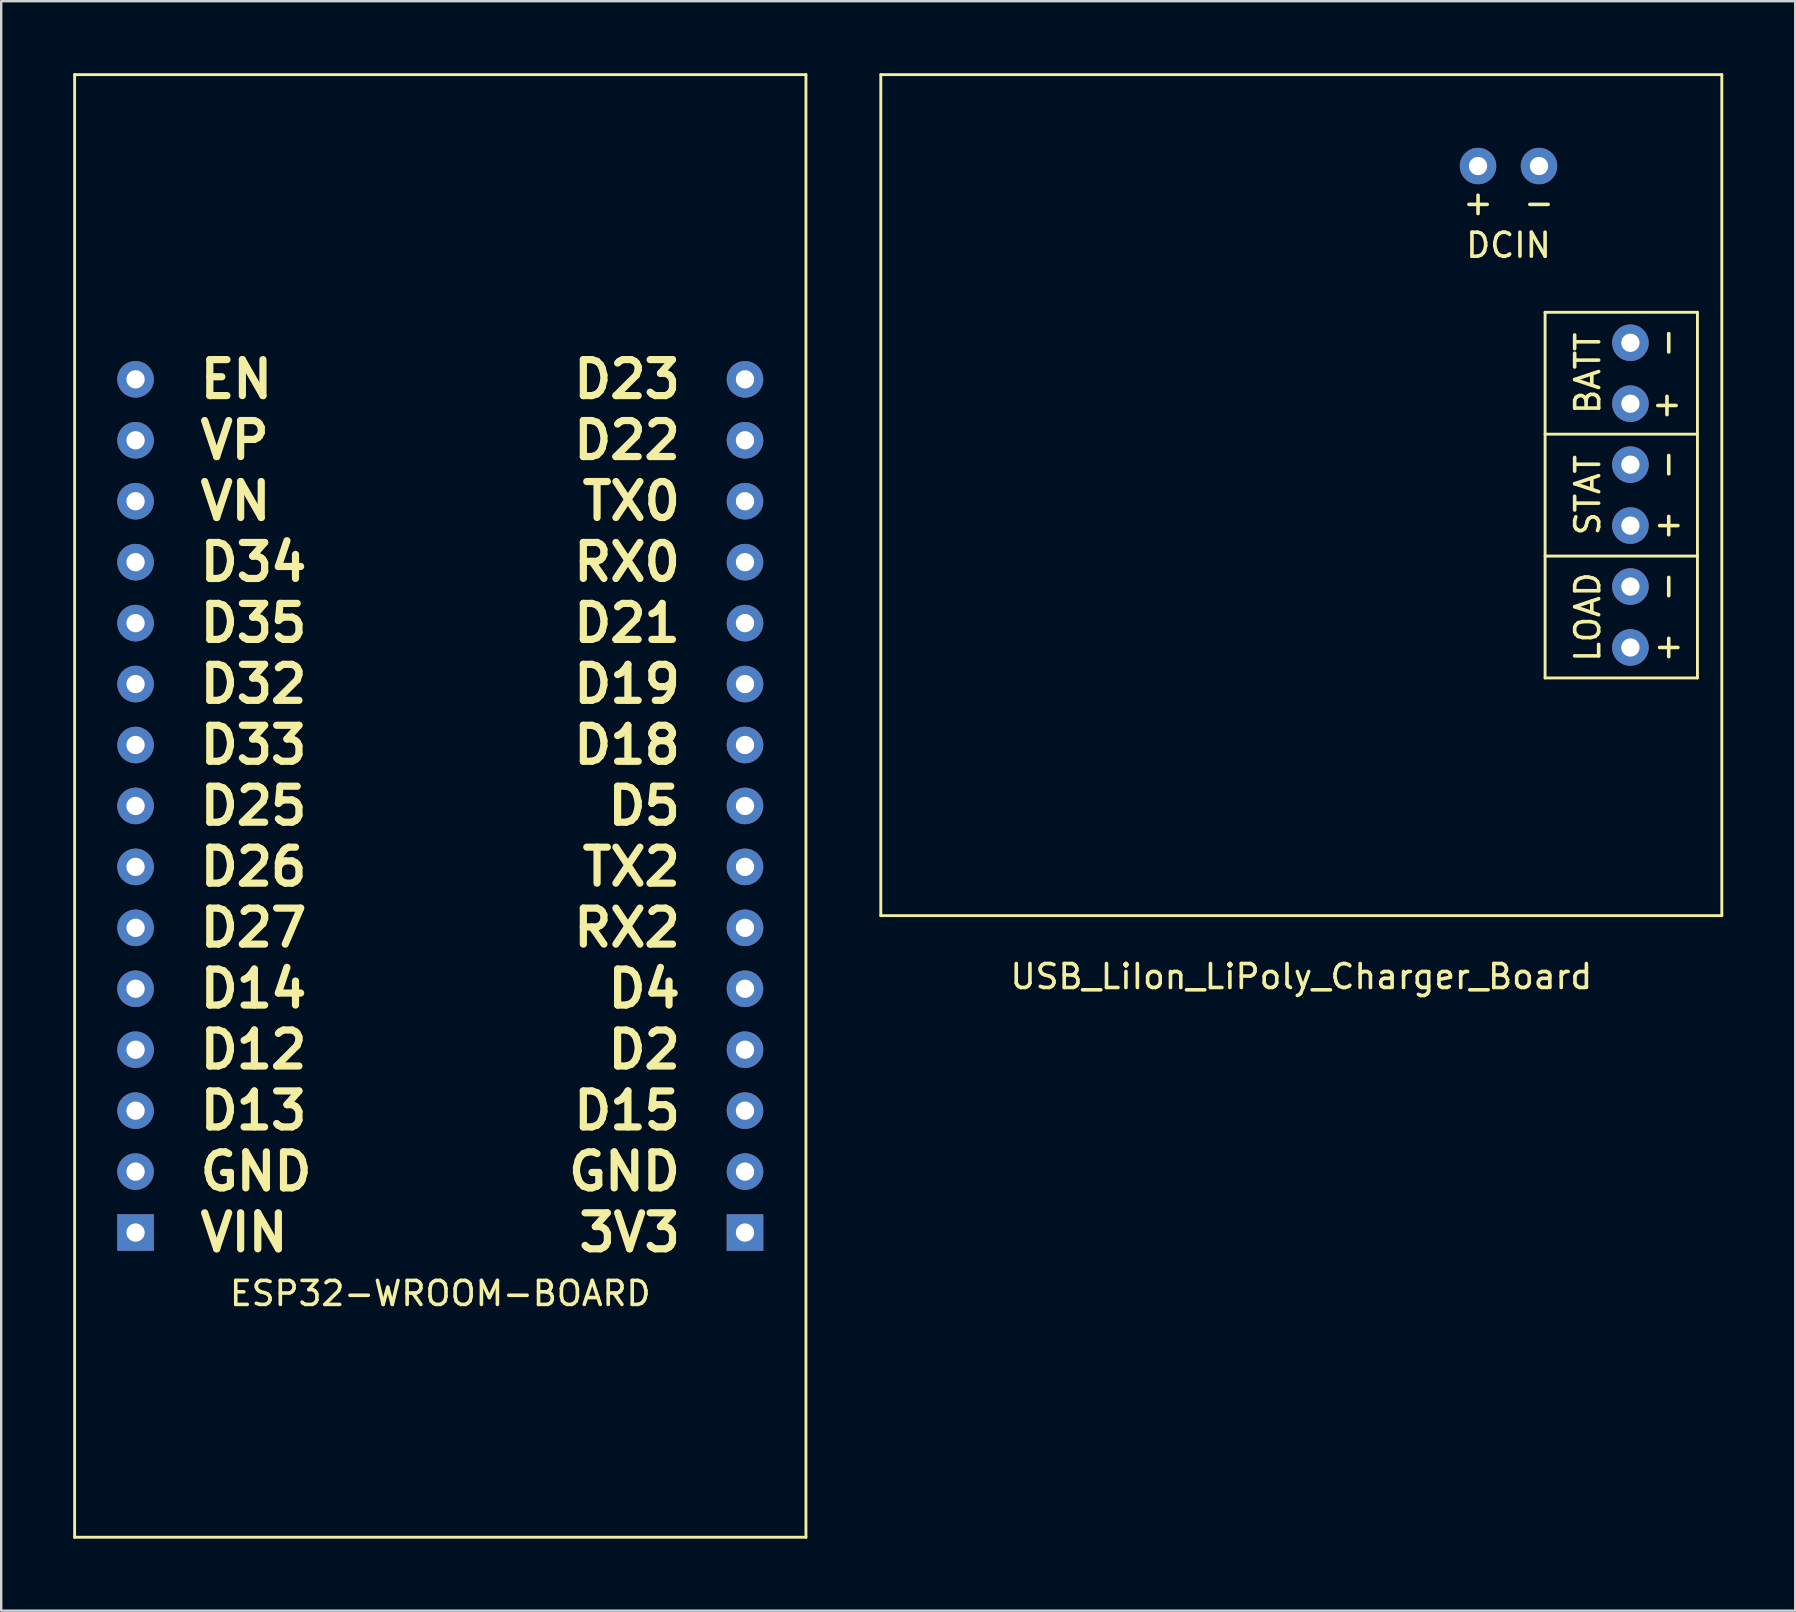
<source format=kicad_pcb>
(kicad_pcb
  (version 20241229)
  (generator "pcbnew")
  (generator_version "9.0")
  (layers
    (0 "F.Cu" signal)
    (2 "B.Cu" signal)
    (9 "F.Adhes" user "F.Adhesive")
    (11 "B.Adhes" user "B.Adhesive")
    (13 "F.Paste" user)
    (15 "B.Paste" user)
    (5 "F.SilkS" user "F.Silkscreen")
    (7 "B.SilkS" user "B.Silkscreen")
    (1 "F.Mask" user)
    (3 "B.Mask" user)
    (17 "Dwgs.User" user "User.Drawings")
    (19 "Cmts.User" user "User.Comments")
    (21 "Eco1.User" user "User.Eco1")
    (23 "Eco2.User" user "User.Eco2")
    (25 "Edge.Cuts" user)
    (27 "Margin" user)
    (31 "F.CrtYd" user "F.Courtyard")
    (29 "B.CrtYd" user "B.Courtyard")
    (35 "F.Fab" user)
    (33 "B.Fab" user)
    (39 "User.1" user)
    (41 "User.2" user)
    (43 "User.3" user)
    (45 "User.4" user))
  (footprint "ESP32-WROOM-BOARD"
    (layer "F.Cu")
    (at 15.3 30.54)
    (property "Reference" "ESP32-WROOM-BOARD" (at 0 20.32 0) (layer "F.SilkS") (effects (font (size 1 1) (thickness 0.15))))
    (attr through_hole)
    (fp_line (start -15.24 -30.48) (end -15.24 30.48) (stroke (width 0.12) (type solid)) (layer "F.SilkS"))
    (fp_line (start -15.24 30.48) (end 15.24 30.48) (stroke (width 0.12) (type solid)) (layer "F.SilkS"))
    (fp_line (start 15.24 -30.48) (end -15.24 -30.48) (stroke (width 0.12) (type solid)) (layer "F.SilkS"))
    (fp_line (start 15.24 30.48) (end 15.24 -30.48) (stroke (width 0.12) (type solid)) (layer "F.SilkS"))
    (fp_text user "D21" (at 10.16 -7.62 0) (layer "F.SilkS") (effects (font (size 1.5 1.5) (thickness 0.3)) (justify right)))
    (fp_text user "VIN" (at -10.16 17.78 0) (layer "F.SilkS") (effects (font (size 1.5 1.5) (thickness 0.3)) (justify left)))
    (fp_text user "D26" (at -10.16 2.54 0) (layer "F.SilkS") (effects (font (size 1.5 1.5) (thickness 0.3)) (justify left)))
    (fp_text user "D34" (at -10.16 -10.16 0) (layer "F.SilkS") (effects (font (size 1.5 1.5) (thickness 0.3)) (justify left)))
    (fp_text user "D35" (at -10.16 -7.62 0) (layer "F.SilkS") (effects (font (size 1.5 1.5) (thickness 0.3)) (justify left)))
    (fp_text user "D33" (at -10.16 -2.54 0) (layer "F.SilkS") (effects (font (size 1.5 1.5) (thickness 0.3)) (justify left)))
    (fp_text user "RX2" (at 10.16 5.08 0) (layer "F.SilkS") (effects (font (size 1.5 1.5) (thickness 0.3)) (justify right)))
    (fp_text user "D19" (at 10.16 -5.08 0) (layer "F.SilkS") (effects (font (size 1.5 1.5) (thickness 0.3)) (justify right)))
    (fp_text user "TX2" (at 10.16 2.54 0) (layer "F.SilkS") (effects (font (size 1.5 1.5) (thickness 0.3)) (justify right)))
    (fp_text user "EN" (at -10.16 -17.78 0) (layer "F.SilkS") (effects (font (size 1.5 1.5) (thickness 0.3)) (justify left)))
    (fp_text user "3V3" (at 10.16 17.78 0) (layer "F.SilkS") (effects (font (size 1.5 1.5) (thickness 0.3)) (justify right)))
    (fp_text user "D12" (at -10.16 10.16 0) (layer "F.SilkS") (effects (font (size 1.5 1.5) (thickness 0.3)) (justify left)))
    (fp_text user "D2" (at 10.16 10.16 0) (layer "F.SilkS") (effects (font (size 1.5 1.5) (thickness 0.3)) (justify right)))
    (fp_text user "D14" (at -10.16 7.62 0) (layer "F.SilkS") (effects (font (size 1.5 1.5) (thickness 0.3)) (justify left)))
    (fp_text user "D13" (at -10.16 12.7 0) (layer "F.SilkS") (effects (font (size 1.5 1.5) (thickness 0.3)) (justify left)))
    (fp_text user "D27" (at -10.16 5.08 0) (layer "F.SilkS") (effects (font (size 1.5 1.5) (thickness 0.3)) (justify left)))
    (fp_text user "GND" (at 10.16 15.24 0) (layer "F.SilkS") (effects (font (size 1.5 1.5) (thickness 0.3)) (justify right)))
    (fp_text user "D23" (at 10.16 -17.78 0) (layer "F.SilkS") (effects (font (size 1.5 1.5) (thickness 0.3)) (justify right)))
    (fp_text user "D18" (at 10.16 -2.54 0) (layer "F.SilkS") (effects (font (size 1.5 1.5) (thickness 0.3)) (justify right)))
    (fp_text user "D4" (at 10.16 7.62 0) (layer "F.SilkS") (effects (font (size 1.5 1.5) (thickness 0.3)) (justify right)))
    (fp_text user "D15" (at 10.16 12.7 0) (layer "F.SilkS") (effects (font (size 1.5 1.5) (thickness 0.3)) (justify right)))
    (fp_text user "VP" (at -10.16 -15.24 0) (layer "F.SilkS") (effects (font (size 1.5 1.5) (thickness 0.3)) (justify left)))
    (fp_text user "VN" (at -10.16 -12.7 0) (layer "F.SilkS") (effects (font (size 1.5 1.5) (thickness 0.3)) (justify left)))
    (fp_text user "TX0" (at 10.16 -12.7 0) (layer "F.SilkS") (effects (font (size 1.5 1.5) (thickness 0.3)) (justify right)))
    (fp_text user "D25" (at -10.16 0 0) (layer "F.SilkS") (effects (font (size 1.5 1.5) (thickness 0.3)) (justify left)))
    (fp_text user "D5" (at 10.16 0 0) (layer "F.SilkS") (effects (font (size 1.5 1.5) (thickness 0.3)) (justify right)))
    (fp_text user "D22" (at 10.16 -15.24 0) (layer "F.SilkS") (effects (font (size 1.5 1.5) (thickness 0.3)) (justify right)))
    (fp_text user "RX0" (at 10.16 -10.16 0) (layer "F.SilkS") (effects (font (size 1.5 1.5) (thickness 0.3)) (justify right)))
    (fp_text user "GND" (at -10.16 15.24 0) (layer "F.SilkS") (effects (font (size 1.5 1.5) (thickness 0.3)) (justify left)))
    (fp_text user "D32" (at -10.16 -5.08 0) (layer "F.SilkS") (effects (font (size 1.5 1.5) (thickness 0.3)) (justify left)))
    (pad "1" thru_hole circle (at -12.7 -17.78) (size 1.524 1.524) (drill 0.762) (layers "*.Cu" "*.Mask"))
    (pad "2" thru_hole circle (at -12.7 -15.24) (size 1.524 1.524) (drill 0.762) (layers "*.Cu" "*.Mask"))
    (pad "3" thru_hole circle (at -12.7 -12.7) (size 1.524 1.524) (drill 0.762) (layers "*.Cu" "*.Mask"))
    (pad "4" thru_hole circle (at -12.7 -10.16) (size 1.524 1.524) (drill 0.762) (layers "*.Cu" "*.Mask"))
    (pad "5" thru_hole circle (at -12.7 -7.62) (size 1.524 1.524) (drill 0.762) (layers "*.Cu" "*.Mask"))
    (pad "6" thru_hole circle (at -12.7 -5.08) (size 1.524 1.524) (drill 0.762) (layers "*.Cu" "*.Mask"))
    (pad "7" thru_hole circle (at -12.7 -2.54) (size 1.524 1.524) (drill 0.762) (layers "*.Cu" "*.Mask"))
    (pad "8" thru_hole circle (at -12.7 0) (size 1.524 1.524) (drill 0.762) (layers "*.Cu" "*.Mask"))
    (pad "9" thru_hole circle (at -12.7 2.54) (size 1.524 1.524) (drill 0.762) (layers "*.Cu" "*.Mask"))
    (pad "10" thru_hole circle (at -12.7 5.08) (size 1.524 1.524) (drill 0.762) (layers "*.Cu" "*.Mask"))
    (pad "11" thru_hole circle (at -12.7 7.62) (size 1.524 1.524) (drill 0.762) (layers "*.Cu" "*.Mask"))
    (pad "12" thru_hole circle (at -12.7 10.16) (size 1.524 1.524) (drill 0.762) (layers "*.Cu" "*.Mask"))
    (pad "13" thru_hole circle (at -12.7 12.7) (size 1.524 1.524) (drill 0.762) (layers "*.Cu" "*.Mask"))
    (pad "14" thru_hole circle (at -12.7 15.24) (size 1.524 1.524) (drill 0.762) (layers "*.Cu" "*.Mask"))
    (pad "15" thru_hole rect (at -12.7 17.78) (size 1.524 1.524) (drill 0.762) (layers "*.Cu" "*.Mask"))
    (pad "16" thru_hole rect (at 12.7 17.78) (size 1.524 1.524) (drill 0.762) (layers "*.Cu" "*.Mask"))
    (pad "17" thru_hole circle (at 12.7 15.24) (size 1.524 1.524) (drill 0.762) (layers "*.Cu" "*.Mask"))
    (pad "18" thru_hole circle (at 12.7 12.7) (size 1.524 1.524) (drill 0.762) (layers "*.Cu" "*.Mask"))
    (pad "19" thru_hole circle (at 12.7 10.16) (size 1.524 1.524) (drill 0.762) (layers "*.Cu" "*.Mask"))
    (pad "20" thru_hole circle (at 12.7 7.62) (size 1.524 1.524) (drill 0.762) (layers "*.Cu" "*.Mask"))
    (pad "21" thru_hole circle (at 12.7 5.08) (size 1.524 1.524) (drill 0.762) (layers "*.Cu" "*.Mask"))
    (pad "22" thru_hole circle (at 12.7 2.54) (size 1.524 1.524) (drill 0.762) (layers "*.Cu" "*.Mask"))
    (pad "23" thru_hole circle (at 12.7 0) (size 1.524 1.524) (drill 0.762) (layers "*.Cu" "*.Mask"))
    (pad "24" thru_hole circle (at 12.7 -2.54) (size 1.524 1.524) (drill 0.762) (layers "*.Cu" "*.Mask"))
    (pad "25" thru_hole circle (at 12.7 -5.08) (size 1.524 1.524) (drill 0.762) (layers "*.Cu" "*.Mask"))
    (pad "26" thru_hole circle (at 12.7 -7.62) (size 1.524 1.524) (drill 0.762) (layers "*.Cu" "*.Mask"))
    (pad "27" thru_hole circle (at 12.7 -10.16) (size 1.524 1.524) (drill 0.762) (layers "*.Cu" "*.Mask"))
    (pad "28" thru_hole circle (at 12.7 -12.7) (size 1.524 1.524) (drill 0.762) (layers "*.Cu" "*.Mask"))
    (pad "29" thru_hole circle (at 12.7 -15.24) (size 1.524 1.524) (drill 0.762) (layers "*.Cu" "*.Mask"))
    (pad "30" thru_hole circle (at 12.7 -17.78) (size 1.524 1.524) (drill 0.762) (layers "*.Cu" "*.Mask")))
  (footprint "USB_LiIon_LiPoly_Charger_Board"
    (layer "F.Cu")
    (at 51.186 17.586)
    (property "Reference" "USB_LiIon_LiPoly_Charger_Board" (at 0 20.066 0) (layer "F.SilkS") (effects (font (size 1 1) (thickness 0.15))))
    (attr through_hole)
    (fp_line (start -17.526 -17.526) (end -17.526 17.526) (stroke (width 0.12) (type solid)) (layer "F.SilkS"))
    (fp_line (start -17.526 17.526) (end 17.526 17.526) (stroke (width 0.12) (type solid)) (layer "F.SilkS"))
    (fp_line (start 10.16 -7.62) (end 10.16 7.62) (stroke (width 0.12) (type solid)) (layer "F.SilkS"))
    (fp_line (start 10.16 -2.54) (end 16.51 -2.54) (stroke (width 0.12) (type solid)) (layer "F.SilkS"))
    (fp_line (start 10.16 2.54) (end 16.51 2.54) (stroke (width 0.12) (type solid)) (layer "F.SilkS"))
    (fp_line (start 10.16 7.62) (end 16.51 7.62) (stroke (width 0.12) (type solid)) (layer "F.SilkS"))
    (fp_line (start 16.51 -7.62) (end 10.16 -7.62) (stroke (width 0.12) (type solid)) (layer "F.SilkS"))
    (fp_line (start 16.51 7.62) (end 16.51 -7.62) (stroke (width 0.12) (type solid)) (layer "F.SilkS"))
    (fp_line (start 17.526 -17.526) (end -17.526 -17.526) (stroke (width 0.12) (type solid)) (layer "F.SilkS"))
    (fp_line (start 17.526 17.526) (end 17.526 -17.526) (stroke (width 0.12) (type solid)) (layer "F.SilkS"))
    (fp_text user "STAT" (at 11.938 0 90) (layer "F.SilkS") (effects (font (size 1 1) (thickness 0.15))))
    (fp_text user "BATT" (at 11.938 -5.08 90) (layer "F.SilkS") (effects (font (size 1 1) (thickness 0.15))))
    (fp_text user "+" (at 15.24 1.27 90) (layer "F.SilkS") (effects (font (size 1 1) (thickness 0.15))))
    (fp_text user "+" (at 15.24 6.35 90) (layer "F.SilkS") (effects (font (size 1 1) (thickness 0.15))))
    (fp_text user "-" (at 9.906 -12.192 0) (layer "F.SilkS") (effects (font (size 1 1) (thickness 0.15))))
    (fp_text user "-" (at 15.24 -1.27 90) (layer "F.SilkS") (effects (font (size 1 1) (thickness 0.15))))
    (fp_text user "-" (at 15.24 3.81 90) (layer "F.SilkS") (effects (font (size 1 1) (thickness 0.15))))
    (fp_text user "+" (at 15.24 -3.81 0) (layer "F.SilkS") (effects (font (size 1 1) (thickness 0.15))))
    (fp_text user "-" (at 15.24 -6.35 90) (layer "F.SilkS") (effects (font (size 1 1) (thickness 0.15))))
    (fp_text user "DCIN" (at 8.636 -10.414 0) (layer "F.SilkS") (effects (font (size 1 1) (thickness 0.15))))
    (fp_text user "LOAD" (at 11.938 5.08 90) (layer "F.SilkS") (effects (font (size 1 1) (thickness 0.15))))
    (fp_text user "+" (at 7.366 -12.192 0) (layer "F.SilkS") (effects (font (size 1 1) (thickness 0.15))))
    (pad "1" thru_hole circle (at 13.716 6.35) (size 1.524 1.524) (drill 0.762) (layers "*.Cu" "*.Mask"))
    (pad "2" thru_hole circle (at 13.716 3.81) (size 1.524 1.524) (drill 0.762) (layers "*.Cu" "*.Mask"))
    (pad "3" thru_hole circle (at 13.716 1.27) (size 1.524 1.524) (drill 0.762) (layers "*.Cu" "*.Mask"))
    (pad "4" thru_hole circle (at 13.716 -1.27) (size 1.524 1.524) (drill 0.762) (layers "*.Cu" "*.Mask"))
    (pad "5" thru_hole circle (at 13.716 -3.81) (size 1.524 1.524) (drill 0.762) (layers "*.Cu" "*.Mask"))
    (pad "6" thru_hole circle (at 13.716 -6.35) (size 1.524 1.524) (drill 0.762) (layers "*.Cu" "*.Mask"))
    (pad "7" thru_hole custom (at 9.906 -13.716) (size 1.524 1.524) (drill 0.762) (layers "*.Cu" "*.Mask") (options (anchor circle)) (primitives))
    (pad "8" thru_hole custom (at 7.366 -13.716) (size 1.524 1.524) (drill 0.762) (layers "*.Cu" "*.Mask") (options (anchor circle)) (primitives)))
  (gr_rect
    (start -3 -3)
    (end 71.772 64.08)
    (stroke (width 0.1) (type default))
    (fill no)
    (layer "Edge.Cuts")))
</source>
